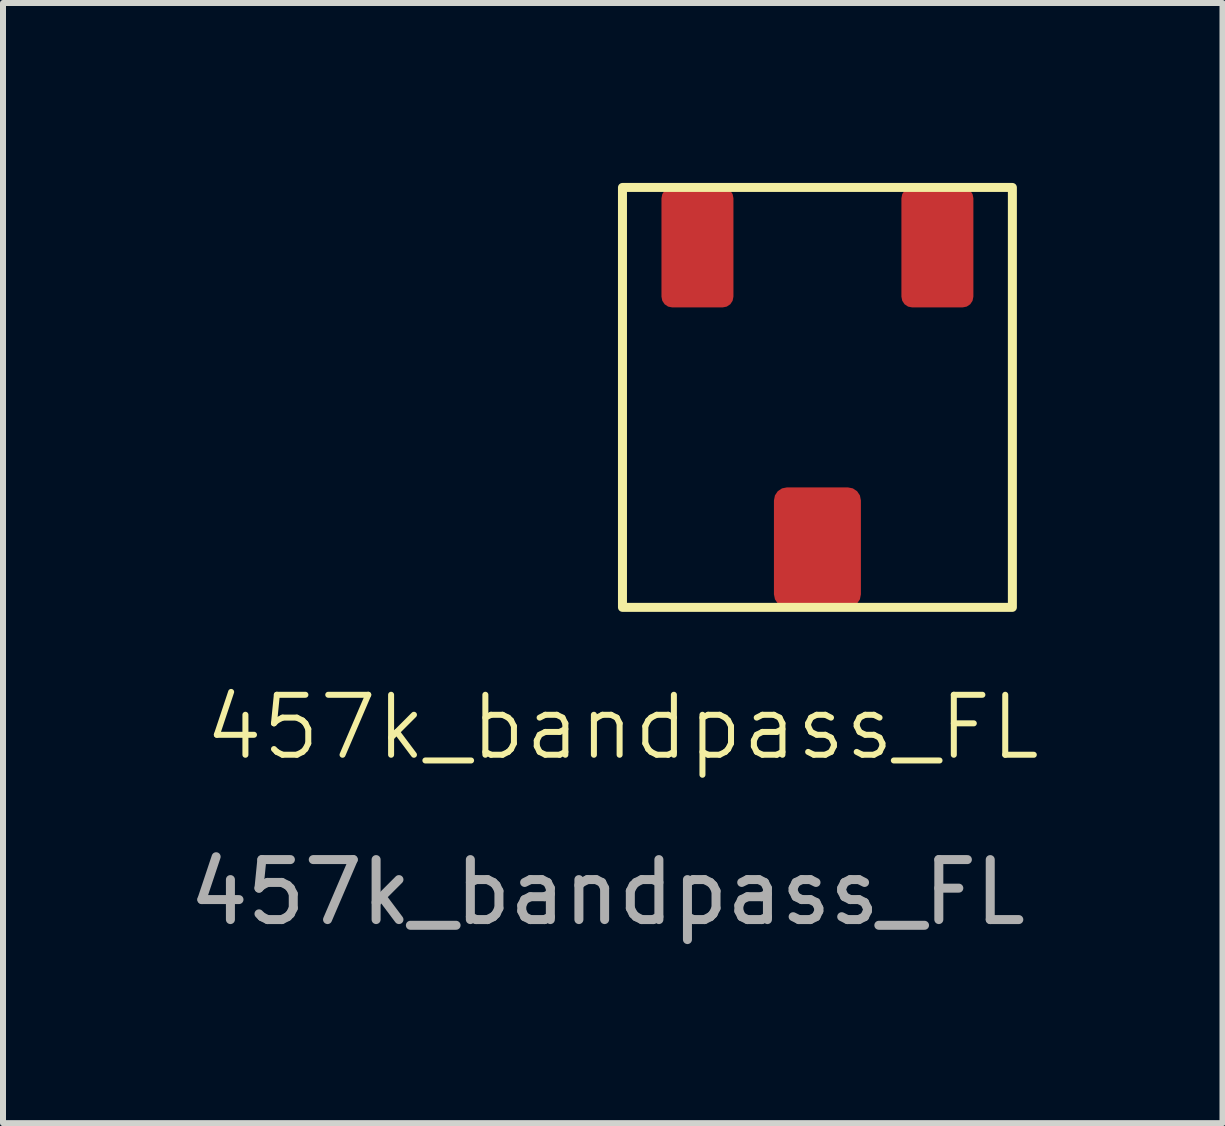
<source format=kicad_pcb>
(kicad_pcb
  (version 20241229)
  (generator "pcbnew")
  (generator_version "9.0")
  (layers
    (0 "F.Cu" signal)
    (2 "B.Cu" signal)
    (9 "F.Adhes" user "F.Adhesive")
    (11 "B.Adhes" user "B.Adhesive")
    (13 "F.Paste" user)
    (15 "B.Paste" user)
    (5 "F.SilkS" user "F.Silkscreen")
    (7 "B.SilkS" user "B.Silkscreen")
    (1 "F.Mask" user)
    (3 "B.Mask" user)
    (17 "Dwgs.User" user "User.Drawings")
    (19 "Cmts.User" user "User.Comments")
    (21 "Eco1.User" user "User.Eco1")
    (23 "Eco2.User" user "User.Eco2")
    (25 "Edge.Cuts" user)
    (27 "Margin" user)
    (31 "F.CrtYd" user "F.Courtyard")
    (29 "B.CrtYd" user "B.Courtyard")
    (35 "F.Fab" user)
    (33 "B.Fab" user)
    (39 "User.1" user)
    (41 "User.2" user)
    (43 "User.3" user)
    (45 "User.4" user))
  (footprint "457k_bandpass_FL"
    (layer "F.Cu")
    (at 7.327 7.075)
    (property "Reference" "457k_bandpass_FL" (at 0 2 0) (unlocked yes) (layer "F.SilkS") (effects (font (size 1 1) (thickness 0.1))))
    (attr smd)
    (fp_rect (start 0 -7) (end 6.5 0) (stroke (width 0.15) (type solid)) (fill no) (layer "F.SilkS"))
    (fp_text user "${REFERENCE}" (at -0.25 4.75 0) (unlocked yes) (layer "F.Fab") (effects (font (size 1 1) (thickness 0.15))))
    (pad "1" smd roundrect (at 1.25 -6 270) (size 2 1.2) (layers "F.Cu" "F.Mask" "F.Paste") (roundrect_rratio 0.15))
    (pad "2" smd roundrect (at 5.25 -6 270) (size 2 1.2) (layers "F.Cu" "F.Mask" "F.Paste") (roundrect_rratio 0.15))
    (pad "3" smd roundrect (at 3.25 -1 270) (size 2 1.45) (layers "F.Cu" "F.Mask" "F.Paste") (roundrect_rratio 0.15)))
  (gr_rect
    (start -3 -3)
    (end 17.33 15.673)
    (stroke (width 0.1) (type default))
    (fill no)
    (layer "Edge.Cuts")))
</source>
